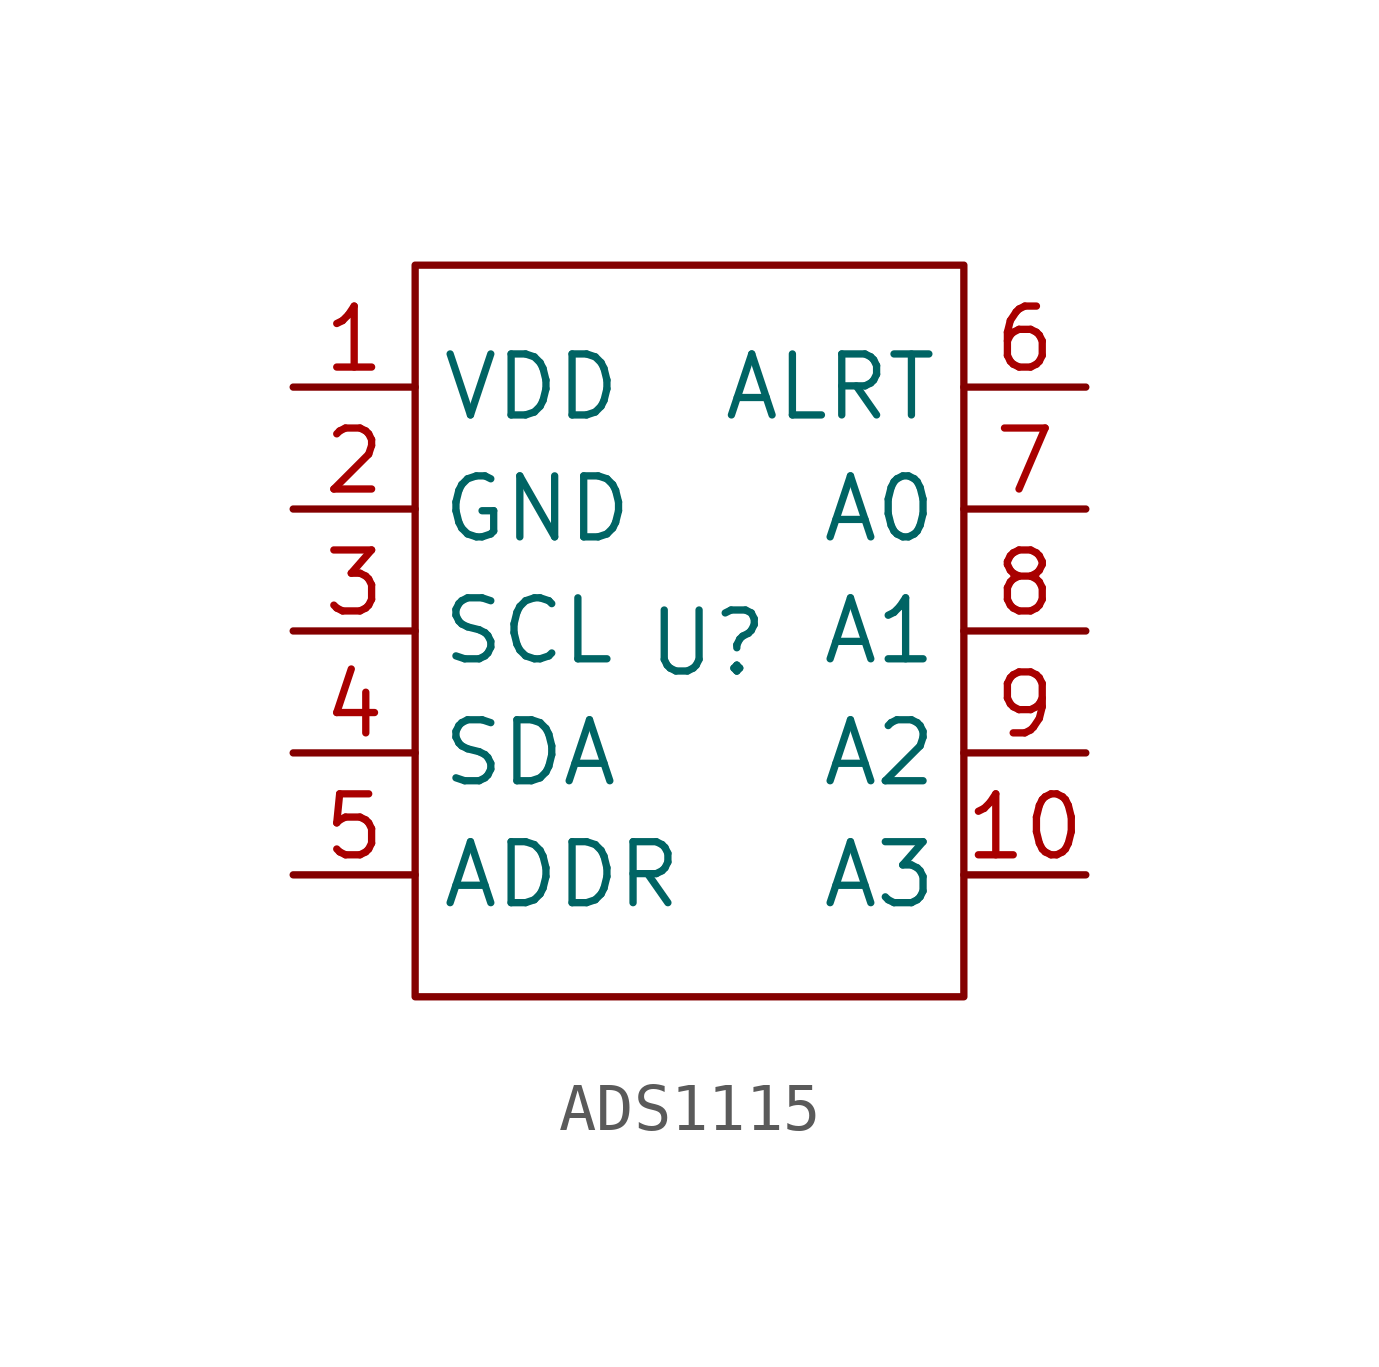
<source format=kicad_sym>
(kicad_symbol_lib
  (version 20231120)
  (generator "kicad_symbol_editor")
  (generator_version "8.0")
  (symbol "ADS1115"
    (property "Reference" "U"
      (at -0.254 -0.254 0)
      (effects (font (size 1.27 1.27))))
    (property "Value" ""
      (at 0 -3.81 0)
      (effects (font (size 1.27 1.27))))
    (symbol "ADS1115_0_1"
      (rectangle (start -6.35 7.62) (end 5.08 -7.62) (stroke (width 0) (type default)) (fill (type none))))
    (symbol "ADS1115_1_1"
      (pin power_in line (at -8.89 5.08 0) (length 2.54) (name "VDD" (effects (font (size 1.27 1.27)))) (number "1" (effects (font (size 1.27 1.27)))))
      (pin input line (at 7.62 -5.08 180) (length 2.54) (name "A3" (effects (font (size 1.27 1.27)))) (number "10" (effects (font (size 1.27 1.27)))))
      (pin passive line (at -8.89 2.54 0) (length 2.54) (name "GND" (effects (font (size 1.27 1.27)))) (number "2" (effects (font (size 1.27 1.27)))))
      (pin input line (at -8.89 0 0) (length 2.54) (name "SCL" (effects (font (size 1.27 1.27)))) (number "3" (effects (font (size 1.27 1.27)))))
      (pin input line (at -8.89 -2.54 0) (length 2.54) (name "SDA" (effects (font (size 1.27 1.27)))) (number "4" (effects (font (size 1.27 1.27)))))
      (pin input line (at -8.89 -5.08 0) (length 2.54) (name "ADDR" (effects (font (size 1.27 1.27)))) (number "5" (effects (font (size 1.27 1.27)))))
      (pin input line (at 7.62 5.08 180) (length 2.54) (name "ALRT" (effects (font (size 1.27 1.27)))) (number "6" (effects (font (size 1.27 1.27)))))
      (pin input line (at 7.62 2.54 180) (length 2.54) (name "A0" (effects (font (size 1.27 1.27)))) (number "7" (effects (font (size 1.27 1.27)))))
      (pin input line (at 7.62 0 180) (length 2.54) (name "A1" (effects (font (size 1.27 1.27)))) (number "8" (effects (font (size 1.27 1.27)))))
      (pin input line (at 7.62 -2.54 180) (length 2.54) (name "A2" (effects (font (size 1.27 1.27)))) (number "9" (effects (font (size 1.27 1.27))))))))
</source>
